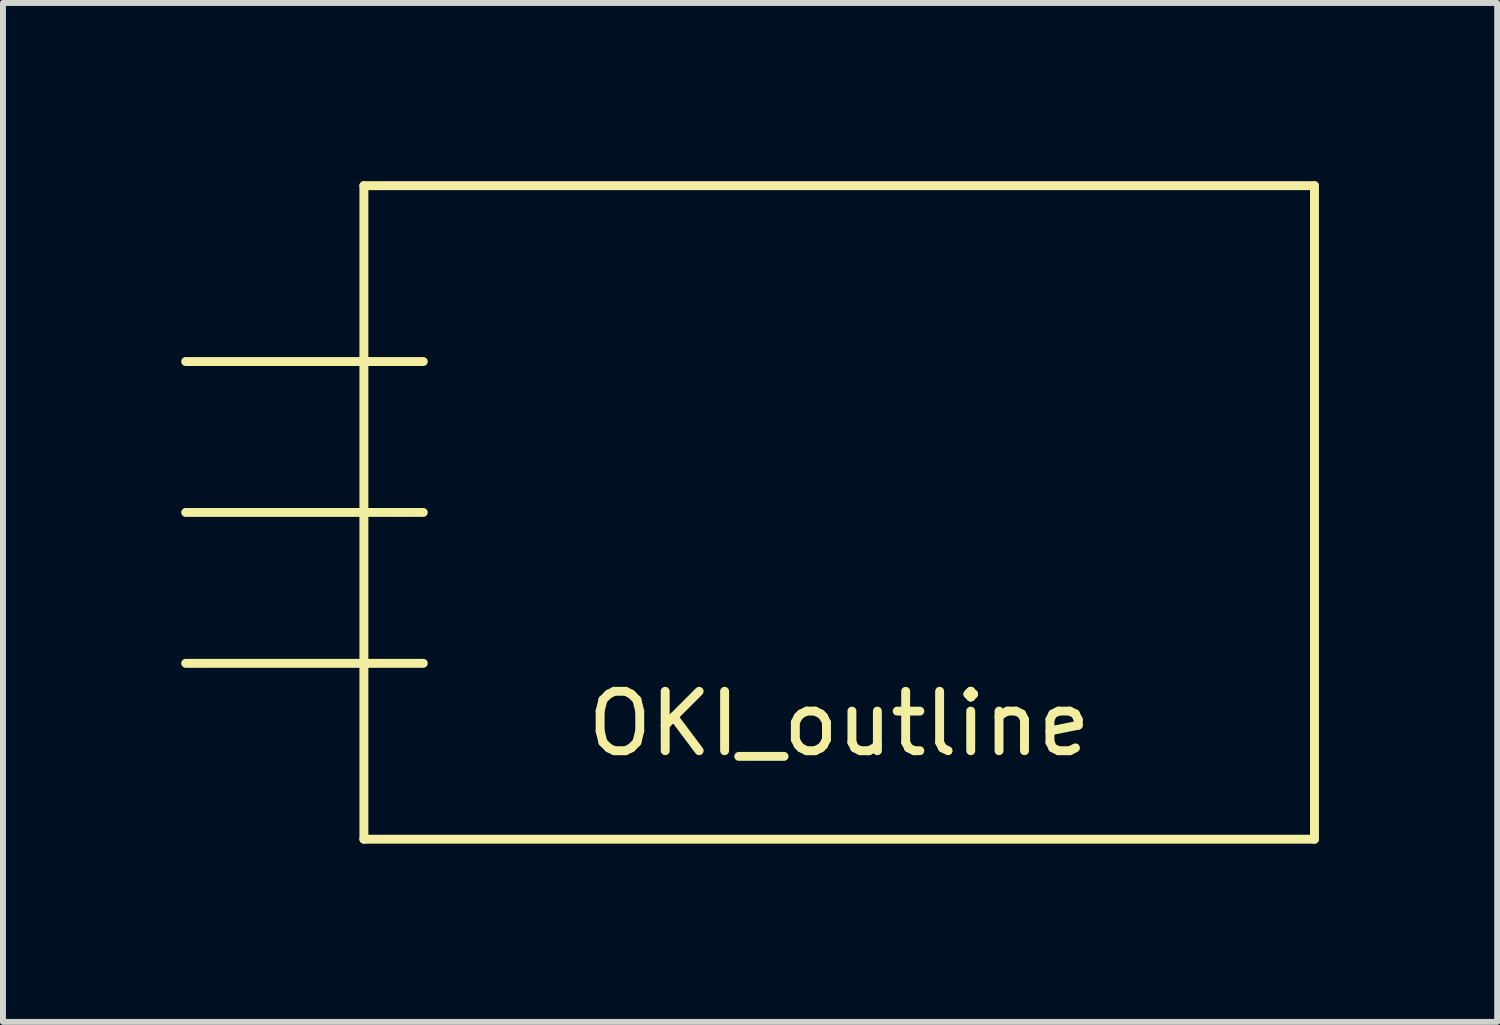
<source format=kicad_pcb>
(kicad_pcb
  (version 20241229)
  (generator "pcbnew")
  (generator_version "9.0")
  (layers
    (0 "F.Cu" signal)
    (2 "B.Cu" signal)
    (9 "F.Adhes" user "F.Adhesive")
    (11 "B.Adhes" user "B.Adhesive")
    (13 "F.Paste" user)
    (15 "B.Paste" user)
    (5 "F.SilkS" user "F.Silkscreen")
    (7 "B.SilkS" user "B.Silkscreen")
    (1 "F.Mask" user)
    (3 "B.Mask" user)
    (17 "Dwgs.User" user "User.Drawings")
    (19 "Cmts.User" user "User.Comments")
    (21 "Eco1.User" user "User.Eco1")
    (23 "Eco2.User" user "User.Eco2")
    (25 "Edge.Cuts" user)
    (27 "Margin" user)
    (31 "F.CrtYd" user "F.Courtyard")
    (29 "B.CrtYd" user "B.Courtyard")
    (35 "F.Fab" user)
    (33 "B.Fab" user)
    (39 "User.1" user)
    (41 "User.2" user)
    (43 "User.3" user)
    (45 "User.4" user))
  (footprint "OKI_outline"
    (layer "F.Cu")
    (at 11.075 5.575)
    (property "Reference" "OKI_outline" (at 0 3.556 0) (layer "F.SilkS") (effects (font (size 1 1) (thickness 0.15))))
    (attr through_hole)
    (fp_line (start -8 -5.5) (end 8 -5.5) (stroke (width 0.15) (type solid)) (layer "F.SilkS"))
    (fp_line (start -8 5.5) (end -8 -5.5) (stroke (width 0.15) (type solid)) (layer "F.SilkS"))
    (fp_line (start -7 -2.54) (end -11 -2.54) (stroke (width 0.15) (type solid)) (layer "F.SilkS"))
    (fp_line (start -7 0) (end -11 0) (stroke (width 0.15) (type solid)) (layer "F.SilkS"))
    (fp_line (start -7 2.54) (end -11 2.54) (stroke (width 0.15) (type solid)) (layer "F.SilkS"))
    (fp_line (start 8 -5.5) (end 8 5.5) (stroke (width 0.15) (type solid)) (layer "F.SilkS"))
    (fp_line (start 8 5.5) (end -8 5.5) (stroke (width 0.15) (type solid)) (layer "F.SilkS")))
  (gr_rect
    (start -3 -3)
    (end 22.15 14.15)
    (stroke (width 0.1) (type default))
    (fill no)
    (layer "Edge.Cuts")))
</source>
